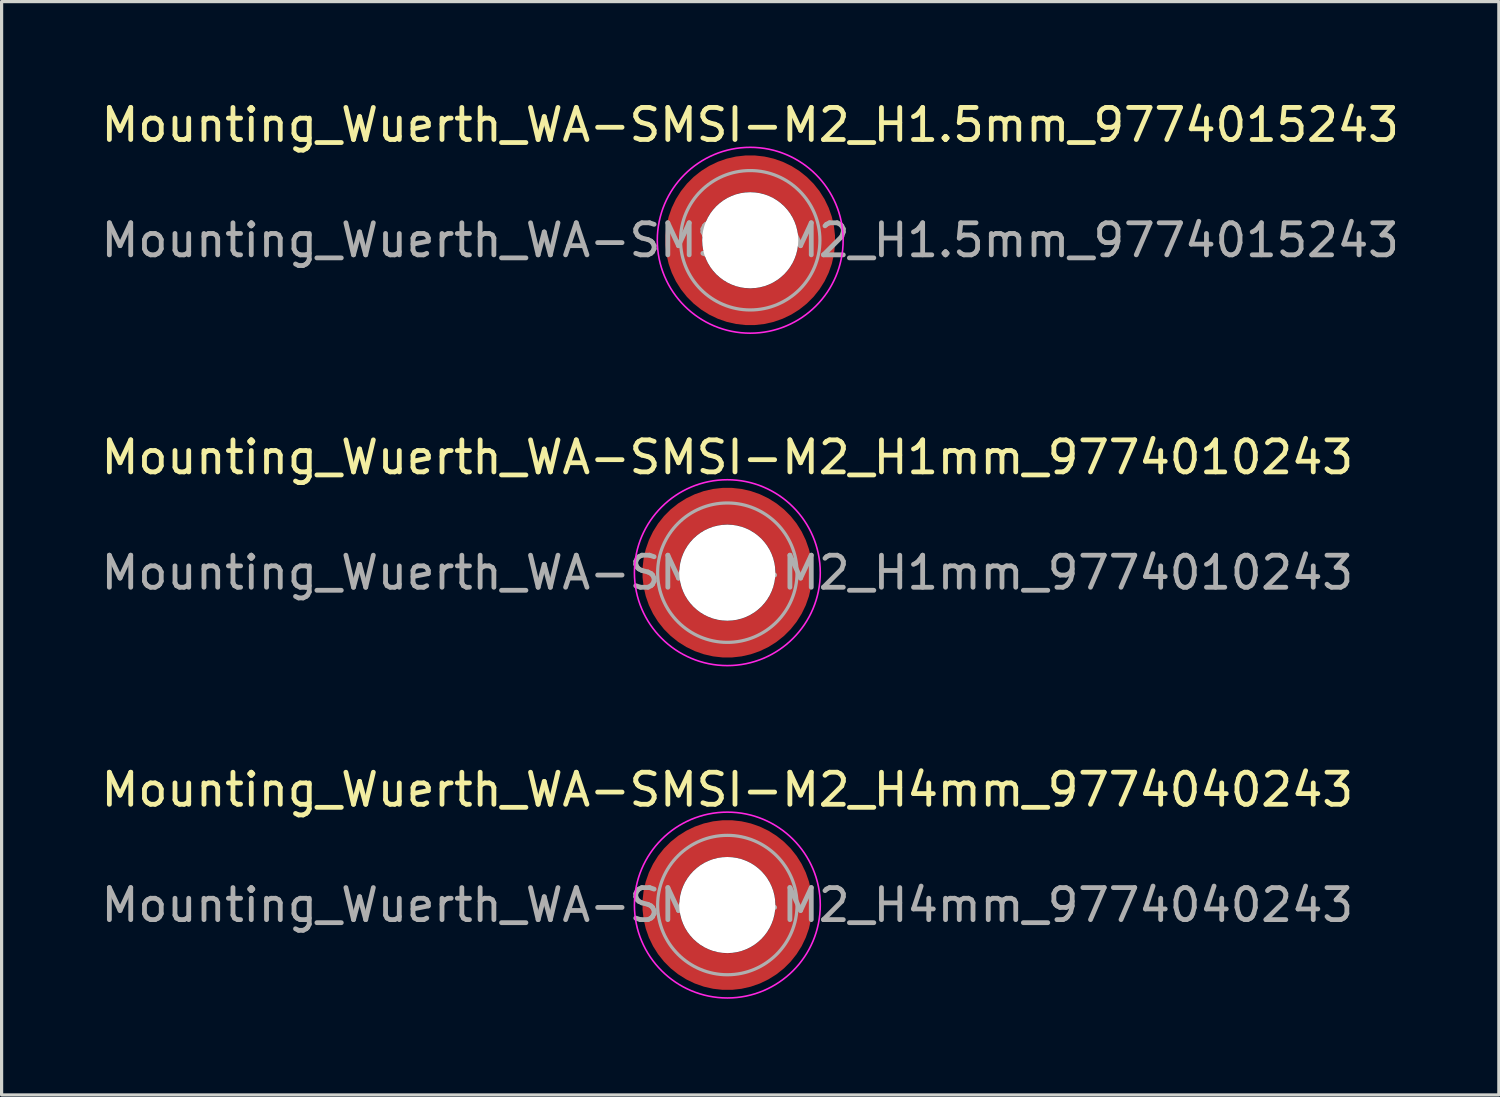
<source format=kicad_pcb>
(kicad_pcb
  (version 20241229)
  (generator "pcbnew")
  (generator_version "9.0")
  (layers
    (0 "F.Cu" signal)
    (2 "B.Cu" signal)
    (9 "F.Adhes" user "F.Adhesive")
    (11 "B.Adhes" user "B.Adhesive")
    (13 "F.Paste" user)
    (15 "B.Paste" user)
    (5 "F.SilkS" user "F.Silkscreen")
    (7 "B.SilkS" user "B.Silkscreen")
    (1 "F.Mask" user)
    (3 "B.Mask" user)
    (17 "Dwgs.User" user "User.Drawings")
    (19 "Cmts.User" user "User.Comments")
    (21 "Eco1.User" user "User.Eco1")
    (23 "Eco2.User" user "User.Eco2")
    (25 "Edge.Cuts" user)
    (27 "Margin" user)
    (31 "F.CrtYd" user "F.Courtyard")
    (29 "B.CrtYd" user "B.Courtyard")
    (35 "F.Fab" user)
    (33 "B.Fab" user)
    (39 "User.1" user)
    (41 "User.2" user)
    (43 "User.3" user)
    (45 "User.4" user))
  (footprint "Mounting_Wuerth_WA-SMSI-M2_H4mm_9774040243"
    (layer "F.Cu")
    (at 19.649 25.195)
    (property "Reference" "Mounting_Wuerth_WA-SMSI-M2_H4mm_9774040243" (at 0 -3.6 0) (layer "F.SilkS") (effects (font (size 1 1) (thickness 0.15))))
    (attr smd allow_soldermask_bridges)
    (fp_circle (center 0 0) (end 2.9 0) (stroke (width 0.05) (type solid)) (fill no) (layer "F.CrtYd"))
    (fp_circle (center 0 0) (end 2.175 0) (stroke (width 0.1) (type solid)) (fill no) (layer "F.Fab"))
    (fp_text user "${REFERENCE}" (at 0 0 0) (layer "F.Fab") (effects (font (size 1 1) (thickness 0.15))))
    (pad "" smd custom (at -1.453 -1.453) (size 0.505 0.505) (layers "F.Paste") (options (anchor circle)) (primitives (gr_arc (start -0.147677 1.053104) (mid 0.286378 0.286378) (end 1.053104 -0.147677) (width 0.2)) (gr_arc (start -0.240295 1.053104) (mid 0.222739 0.222739) (end 1.053104 -0.240295) (width 0.2)) (gr_arc (start -0.332645 1.053104) (mid 0.159099 0.159099) (end 1.053104 -0.332645) (width 0.2)) (gr_arc (start -0.424767 1.053104) (mid 0.095459 0.095459) (end 1.053104 -0.424767) (width 0.2)) (gr_arc (start -0.516693 1.053104) (mid 0.03182 0.03182) (end 1.053104 -0.516693) (width 0.2)) (gr_arc (start -0.608448 1.053104) (mid -0.03182 -0.03182) (end 1.053104 -0.608448) (width 0.2)) (gr_arc (start -0.700056 1.053104) (mid -0.095459 -0.095459) (end 1.053104 -0.700056) (width 0.2)) (gr_arc (start -0.791534 1.053104) (mid -0.159099 -0.159099) (end 1.053104 -0.791534) (width 0.2)) (gr_arc (start -0.882896 1.053104) (mid -0.222739 -0.222739) (end 1.053104 -0.882896) (width 0.2)) (gr_arc (start -0.974157 1.053104) (mid -0.286378 -0.286378) (end 1.053104 -0.974157) (width 0.2)) (gr_line (start 1.053 -0.148) (end 1.053 -0.974) (width 0.2)) (gr_line (start -0.148 1.053) (end -0.974 1.053) (width 0.2))))
    (pad "" smd custom (at -1.453 1.453) (size 0.505 0.505) (layers "F.Paste") (options (anchor circle)) (primitives (gr_arc (start 1.053104 0.147677) (mid 0.286378 -0.286378) (end -0.147677 -1.053104) (width 0.2)) (gr_arc (start 1.053104 0.240295) (mid 0.222739 -0.222739) (end -0.240295 -1.053104) (width 0.2)) (gr_arc (start 1.053104 0.332645) (mid 0.159099 -0.159099) (end -0.332645 -1.053104) (width 0.2)) (gr_arc (start 1.053104 0.424767) (mid 0.095459 -0.095459) (end -0.424767 -1.053104) (width 0.2)) (gr_arc (start 1.053104 0.516693) (mid 0.03182 -0.03182) (end -0.516693 -1.053104) (width 0.2)) (gr_arc (start 1.053104 0.608448) (mid -0.03182 0.03182) (end -0.608448 -1.053104) (width 0.2)) (gr_arc (start 1.053104 0.700056) (mid -0.095459 0.095459) (end -0.700056 -1.053104) (width 0.2)) (gr_arc (start 1.053104 0.791534) (mid -0.159099 0.159099) (end -0.791534 -1.053104) (width 0.2)) (gr_arc (start 1.053104 0.882896) (mid -0.222739 0.222739) (end -0.882896 -1.053104) (width 0.2)) (gr_arc (start 1.053104 0.974157) (mid -0.286378 0.286378) (end -0.974157 -1.053104) (width 0.2)) (gr_line (start -0.148 -1.053) (end -0.974 -1.053) (width 0.2)) (gr_line (start 1.053 0.148) (end 1.053 0.974) (width 0.2))))
    (pad "" np_thru_hole circle (at 0 0) (size 3 3) (drill 3) (layers "*.Cu" "*.Mask"))
    (pad "" smd custom (at 1.453 -1.453) (size 0.505 0.505) (layers "F.Paste") (options (anchor circle)) (primitives (gr_arc (start -1.053104 -0.147677) (mid -0.286378 0.286378) (end 0.147677 1.053104) (width 0.2)) (gr_arc (start -1.053104 -0.240295) (mid -0.222739 0.222739) (end 0.240295 1.053104) (width 0.2)) (gr_arc (start -1.053104 -0.332645) (mid -0.159099 0.159099) (end 0.332645 1.053104) (width 0.2)) (gr_arc (start -1.053104 -0.424767) (mid -0.095459 0.095459) (end 0.424767 1.053104) (width 0.2)) (gr_arc (start -1.053104 -0.516693) (mid -0.03182 0.03182) (end 0.516693 1.053104) (width 0.2)) (gr_arc (start -1.053104 -0.608448) (mid 0.03182 -0.03182) (end 0.608448 1.053104) (width 0.2)) (gr_arc (start -1.053104 -0.700056) (mid 0.095459 -0.095459) (end 0.700056 1.053104) (width 0.2)) (gr_arc (start -1.053104 -0.791534) (mid 0.159099 -0.159099) (end 0.791534 1.053104) (width 0.2)) (gr_arc (start -1.053104 -0.882896) (mid 0.222739 -0.222739) (end 0.882896 1.053104) (width 0.2)) (gr_arc (start -1.053104 -0.974157) (mid 0.286378 -0.286378) (end 0.974157 1.053104) (width 0.2)) (gr_line (start 0.148 1.053) (end 0.974 1.053) (width 0.2)) (gr_line (start -1.053 -0.148) (end -1.053 -0.974) (width 0.2))))
    (pad "" smd custom (at 1.453 1.453) (size 0.505 0.505) (layers "F.Paste") (options (anchor circle)) (primitives (gr_arc (start 0.147677 -1.053104) (mid -0.286378 -0.286378) (end -1.053104 0.147677) (width 0.2)) (gr_arc (start 0.240295 -1.053104) (mid -0.222739 -0.222739) (end -1.053104 0.240295) (width 0.2)) (gr_arc (start 0.332645 -1.053104) (mid -0.159099 -0.159099) (end -1.053104 0.332645) (width 0.2)) (gr_arc (start 0.424767 -1.053104) (mid -0.095459 -0.095459) (end -1.053104 0.424767) (width 0.2)) (gr_arc (start 0.516693 -1.053104) (mid -0.03182 -0.03182) (end -1.053104 0.516693) (width 0.2)) (gr_arc (start 0.608448 -1.053104) (mid 0.03182 0.03182) (end -1.053104 0.608448) (width 0.2)) (gr_arc (start 0.700056 -1.053104) (mid 0.095459 0.095459) (end -1.053104 0.700056) (width 0.2)) (gr_arc (start 0.791534 -1.053104) (mid 0.159099 0.159099) (end -1.053104 0.791534) (width 0.2)) (gr_arc (start 0.882896 -1.053104) (mid 0.222739 0.222739) (end -1.053104 0.882896) (width 0.2)) (gr_arc (start 0.974157 -1.053104) (mid 0.286378 0.286378) (end -1.053104 0.974157) (width 0.2)) (gr_line (start -1.053 0.148) (end -1.053 0.974) (width 0.2)) (gr_line (start 0.148 -1.053) (end 0.974 -1.053) (width 0.2))))
    (pad "1" smd circle (at -2.075 0) (size 0.642 0.642) (layers "F.Cu"))
    (pad "1" smd circle (at 0 -2.075) (size 0.642 0.642) (layers "F.Cu"))
    (pad "1" smd circle (at 0 2.075) (size 0.642 0.642) (layers "F.Cu"))
    (pad "1" smd custom (at 2.075 0) (size 1.15 1.15) (layers "F.Cu" "F.Mask") (options (anchor circle)) (primitives (gr_circle (center -2.075 0) (end 0 0) (width 1.15) (fill no)))))
  (footprint "Mounting_Wuerth_WA-SMSI-M2_H1.5mm_9774015243"
    (layer "F.Cu")
    (at 20.363 4.448)
    (property "Reference" "Mounting_Wuerth_WA-SMSI-M2_H1.5mm_9774015243" (at 0 -3.6 0) (layer "F.SilkS") (effects (font (size 1 1) (thickness 0.15))))
    (attr smd allow_soldermask_bridges)
    (fp_circle (center 0 0) (end 2.9 0) (stroke (width 0.05) (type solid)) (fill no) (layer "F.CrtYd"))
    (fp_circle (center 0 0) (end 2.175 0) (stroke (width 0.1) (type solid)) (fill no) (layer "F.Fab"))
    (fp_text user "${REFERENCE}" (at 0 0 0) (layer "F.Fab") (effects (font (size 1 1) (thickness 0.15))))
    (pad "" smd custom (at -1.453 -1.453) (size 0.505 0.505) (layers "F.Paste") (options (anchor circle)) (primitives (gr_arc (start -0.147677 1.053104) (mid 0.286378 0.286378) (end 1.053104 -0.147677) (width 0.2)) (gr_arc (start -0.240295 1.053104) (mid 0.222739 0.222739) (end 1.053104 -0.240295) (width 0.2)) (gr_arc (start -0.332645 1.053104) (mid 0.159099 0.159099) (end 1.053104 -0.332645) (width 0.2)) (gr_arc (start -0.424767 1.053104) (mid 0.095459 0.095459) (end 1.053104 -0.424767) (width 0.2)) (gr_arc (start -0.516693 1.053104) (mid 0.03182 0.03182) (end 1.053104 -0.516693) (width 0.2)) (gr_arc (start -0.608448 1.053104) (mid -0.03182 -0.03182) (end 1.053104 -0.608448) (width 0.2)) (gr_arc (start -0.700056 1.053104) (mid -0.095459 -0.095459) (end 1.053104 -0.700056) (width 0.2)) (gr_arc (start -0.791534 1.053104) (mid -0.159099 -0.159099) (end 1.053104 -0.791534) (width 0.2)) (gr_arc (start -0.882896 1.053104) (mid -0.222739 -0.222739) (end 1.053104 -0.882896) (width 0.2)) (gr_arc (start -0.974157 1.053104) (mid -0.286378 -0.286378) (end 1.053104 -0.974157) (width 0.2)) (gr_line (start 1.053 -0.148) (end 1.053 -0.974) (width 0.2)) (gr_line (start -0.148 1.053) (end -0.974 1.053) (width 0.2))))
    (pad "" smd custom (at -1.453 1.453) (size 0.505 0.505) (layers "F.Paste") (options (anchor circle)) (primitives (gr_arc (start 1.053104 0.147677) (mid 0.286378 -0.286378) (end -0.147677 -1.053104) (width 0.2)) (gr_arc (start 1.053104 0.240295) (mid 0.222739 -0.222739) (end -0.240295 -1.053104) (width 0.2)) (gr_arc (start 1.053104 0.332645) (mid 0.159099 -0.159099) (end -0.332645 -1.053104) (width 0.2)) (gr_arc (start 1.053104 0.424767) (mid 0.095459 -0.095459) (end -0.424767 -1.053104) (width 0.2)) (gr_arc (start 1.053104 0.516693) (mid 0.03182 -0.03182) (end -0.516693 -1.053104) (width 0.2)) (gr_arc (start 1.053104 0.608448) (mid -0.03182 0.03182) (end -0.608448 -1.053104) (width 0.2)) (gr_arc (start 1.053104 0.700056) (mid -0.095459 0.095459) (end -0.700056 -1.053104) (width 0.2)) (gr_arc (start 1.053104 0.791534) (mid -0.159099 0.159099) (end -0.791534 -1.053104) (width 0.2)) (gr_arc (start 1.053104 0.882896) (mid -0.222739 0.222739) (end -0.882896 -1.053104) (width 0.2)) (gr_arc (start 1.053104 0.974157) (mid -0.286378 0.286378) (end -0.974157 -1.053104) (width 0.2)) (gr_line (start -0.148 -1.053) (end -0.974 -1.053) (width 0.2)) (gr_line (start 1.053 0.148) (end 1.053 0.974) (width 0.2))))
    (pad "" np_thru_hole circle (at 0 0) (size 3 3) (drill 3) (layers "*.Cu" "*.Mask"))
    (pad "" smd custom (at 1.453 -1.453) (size 0.505 0.505) (layers "F.Paste") (options (anchor circle)) (primitives (gr_arc (start -1.053104 -0.147677) (mid -0.286378 0.286378) (end 0.147677 1.053104) (width 0.2)) (gr_arc (start -1.053104 -0.240295) (mid -0.222739 0.222739) (end 0.240295 1.053104) (width 0.2)) (gr_arc (start -1.053104 -0.332645) (mid -0.159099 0.159099) (end 0.332645 1.053104) (width 0.2)) (gr_arc (start -1.053104 -0.424767) (mid -0.095459 0.095459) (end 0.424767 1.053104) (width 0.2)) (gr_arc (start -1.053104 -0.516693) (mid -0.03182 0.03182) (end 0.516693 1.053104) (width 0.2)) (gr_arc (start -1.053104 -0.608448) (mid 0.03182 -0.03182) (end 0.608448 1.053104) (width 0.2)) (gr_arc (start -1.053104 -0.700056) (mid 0.095459 -0.095459) (end 0.700056 1.053104) (width 0.2)) (gr_arc (start -1.053104 -0.791534) (mid 0.159099 -0.159099) (end 0.791534 1.053104) (width 0.2)) (gr_arc (start -1.053104 -0.882896) (mid 0.222739 -0.222739) (end 0.882896 1.053104) (width 0.2)) (gr_arc (start -1.053104 -0.974157) (mid 0.286378 -0.286378) (end 0.974157 1.053104) (width 0.2)) (gr_line (start 0.148 1.053) (end 0.974 1.053) (width 0.2)) (gr_line (start -1.053 -0.148) (end -1.053 -0.974) (width 0.2))))
    (pad "" smd custom (at 1.453 1.453) (size 0.505 0.505) (layers "F.Paste") (options (anchor circle)) (primitives (gr_arc (start 0.147677 -1.053104) (mid -0.286378 -0.286378) (end -1.053104 0.147677) (width 0.2)) (gr_arc (start 0.240295 -1.053104) (mid -0.222739 -0.222739) (end -1.053104 0.240295) (width 0.2)) (gr_arc (start 0.332645 -1.053104) (mid -0.159099 -0.159099) (end -1.053104 0.332645) (width 0.2)) (gr_arc (start 0.424767 -1.053104) (mid -0.095459 -0.095459) (end -1.053104 0.424767) (width 0.2)) (gr_arc (start 0.516693 -1.053104) (mid -0.03182 -0.03182) (end -1.053104 0.516693) (width 0.2)) (gr_arc (start 0.608448 -1.053104) (mid 0.03182 0.03182) (end -1.053104 0.608448) (width 0.2)) (gr_arc (start 0.700056 -1.053104) (mid 0.095459 0.095459) (end -1.053104 0.700056) (width 0.2)) (gr_arc (start 0.791534 -1.053104) (mid 0.159099 0.159099) (end -1.053104 0.791534) (width 0.2)) (gr_arc (start 0.882896 -1.053104) (mid 0.222739 0.222739) (end -1.053104 0.882896) (width 0.2)) (gr_arc (start 0.974157 -1.053104) (mid 0.286378 0.286378) (end -1.053104 0.974157) (width 0.2)) (gr_line (start -1.053 0.148) (end -1.053 0.974) (width 0.2)) (gr_line (start 0.148 -1.053) (end 0.974 -1.053) (width 0.2))))
    (pad "1" smd circle (at -2.075 0) (size 0.642 0.642) (layers "F.Cu"))
    (pad "1" smd circle (at 0 -2.075) (size 0.642 0.642) (layers "F.Cu"))
    (pad "1" smd circle (at 0 2.075) (size 0.642 0.642) (layers "F.Cu"))
    (pad "1" smd custom (at 2.075 0) (size 1.15 1.15) (layers "F.Cu" "F.Mask") (options (anchor circle)) (primitives (gr_circle (center -2.075 0) (end 0 0) (width 1.15) (fill no)))))
  (footprint "Mounting_Wuerth_WA-SMSI-M2_H1mm_9774010243"
    (layer "F.Cu")
    (at 19.649 14.822)
    (property "Reference" "Mounting_Wuerth_WA-SMSI-M2_H1mm_9774010243" (at 0 -3.6 0) (layer "F.SilkS") (effects (font (size 1 1) (thickness 0.15))))
    (attr smd allow_soldermask_bridges)
    (fp_circle (center 0 0) (end 2.9 0) (stroke (width 0.05) (type solid)) (fill no) (layer "F.CrtYd"))
    (fp_circle (center 0 0) (end 2.175 0) (stroke (width 0.1) (type solid)) (fill no) (layer "F.Fab"))
    (fp_text user "${REFERENCE}" (at 0 0 0) (layer "F.Fab") (effects (font (size 1 1) (thickness 0.15))))
    (pad "" smd custom (at -1.453 -1.453) (size 0.505 0.505) (layers "F.Paste") (options (anchor circle)) (primitives (gr_arc (start -0.147677 1.053104) (mid 0.286378 0.286378) (end 1.053104 -0.147677) (width 0.2)) (gr_arc (start -0.240295 1.053104) (mid 0.222739 0.222739) (end 1.053104 -0.240295) (width 0.2)) (gr_arc (start -0.332645 1.053104) (mid 0.159099 0.159099) (end 1.053104 -0.332645) (width 0.2)) (gr_arc (start -0.424767 1.053104) (mid 0.095459 0.095459) (end 1.053104 -0.424767) (width 0.2)) (gr_arc (start -0.516693 1.053104) (mid 0.03182 0.03182) (end 1.053104 -0.516693) (width 0.2)) (gr_arc (start -0.608448 1.053104) (mid -0.03182 -0.03182) (end 1.053104 -0.608448) (width 0.2)) (gr_arc (start -0.700056 1.053104) (mid -0.095459 -0.095459) (end 1.053104 -0.700056) (width 0.2)) (gr_arc (start -0.791534 1.053104) (mid -0.159099 -0.159099) (end 1.053104 -0.791534) (width 0.2)) (gr_arc (start -0.882896 1.053104) (mid -0.222739 -0.222739) (end 1.053104 -0.882896) (width 0.2)) (gr_arc (start -0.974157 1.053104) (mid -0.286378 -0.286378) (end 1.053104 -0.974157) (width 0.2)) (gr_line (start 1.053 -0.148) (end 1.053 -0.974) (width 0.2)) (gr_line (start -0.148 1.053) (end -0.974 1.053) (width 0.2))))
    (pad "" smd custom (at -1.453 1.453) (size 0.505 0.505) (layers "F.Paste") (options (anchor circle)) (primitives (gr_arc (start 1.053104 0.147677) (mid 0.286378 -0.286378) (end -0.147677 -1.053104) (width 0.2)) (gr_arc (start 1.053104 0.240295) (mid 0.222739 -0.222739) (end -0.240295 -1.053104) (width 0.2)) (gr_arc (start 1.053104 0.332645) (mid 0.159099 -0.159099) (end -0.332645 -1.053104) (width 0.2)) (gr_arc (start 1.053104 0.424767) (mid 0.095459 -0.095459) (end -0.424767 -1.053104) (width 0.2)) (gr_arc (start 1.053104 0.516693) (mid 0.03182 -0.03182) (end -0.516693 -1.053104) (width 0.2)) (gr_arc (start 1.053104 0.608448) (mid -0.03182 0.03182) (end -0.608448 -1.053104) (width 0.2)) (gr_arc (start 1.053104 0.700056) (mid -0.095459 0.095459) (end -0.700056 -1.053104) (width 0.2)) (gr_arc (start 1.053104 0.791534) (mid -0.159099 0.159099) (end -0.791534 -1.053104) (width 0.2)) (gr_arc (start 1.053104 0.882896) (mid -0.222739 0.222739) (end -0.882896 -1.053104) (width 0.2)) (gr_arc (start 1.053104 0.974157) (mid -0.286378 0.286378) (end -0.974157 -1.053104) (width 0.2)) (gr_line (start -0.148 -1.053) (end -0.974 -1.053) (width 0.2)) (gr_line (start 1.053 0.148) (end 1.053 0.974) (width 0.2))))
    (pad "" np_thru_hole circle (at 0 0) (size 3 3) (drill 3) (layers "*.Cu" "*.Mask"))
    (pad "" smd custom (at 1.453 -1.453) (size 0.505 0.505) (layers "F.Paste") (options (anchor circle)) (primitives (gr_arc (start -1.053104 -0.147677) (mid -0.286378 0.286378) (end 0.147677 1.053104) (width 0.2)) (gr_arc (start -1.053104 -0.240295) (mid -0.222739 0.222739) (end 0.240295 1.053104) (width 0.2)) (gr_arc (start -1.053104 -0.332645) (mid -0.159099 0.159099) (end 0.332645 1.053104) (width 0.2)) (gr_arc (start -1.053104 -0.424767) (mid -0.095459 0.095459) (end 0.424767 1.053104) (width 0.2)) (gr_arc (start -1.053104 -0.516693) (mid -0.03182 0.03182) (end 0.516693 1.053104) (width 0.2)) (gr_arc (start -1.053104 -0.608448) (mid 0.03182 -0.03182) (end 0.608448 1.053104) (width 0.2)) (gr_arc (start -1.053104 -0.700056) (mid 0.095459 -0.095459) (end 0.700056 1.053104) (width 0.2)) (gr_arc (start -1.053104 -0.791534) (mid 0.159099 -0.159099) (end 0.791534 1.053104) (width 0.2)) (gr_arc (start -1.053104 -0.882896) (mid 0.222739 -0.222739) (end 0.882896 1.053104) (width 0.2)) (gr_arc (start -1.053104 -0.974157) (mid 0.286378 -0.286378) (end 0.974157 1.053104) (width 0.2)) (gr_line (start 0.148 1.053) (end 0.974 1.053) (width 0.2)) (gr_line (start -1.053 -0.148) (end -1.053 -0.974) (width 0.2))))
    (pad "" smd custom (at 1.453 1.453) (size 0.505 0.505) (layers "F.Paste") (options (anchor circle)) (primitives (gr_arc (start 0.147677 -1.053104) (mid -0.286378 -0.286378) (end -1.053104 0.147677) (width 0.2)) (gr_arc (start 0.240295 -1.053104) (mid -0.222739 -0.222739) (end -1.053104 0.240295) (width 0.2)) (gr_arc (start 0.332645 -1.053104) (mid -0.159099 -0.159099) (end -1.053104 0.332645) (width 0.2)) (gr_arc (start 0.424767 -1.053104) (mid -0.095459 -0.095459) (end -1.053104 0.424767) (width 0.2)) (gr_arc (start 0.516693 -1.053104) (mid -0.03182 -0.03182) (end -1.053104 0.516693) (width 0.2)) (gr_arc (start 0.608448 -1.053104) (mid 0.03182 0.03182) (end -1.053104 0.608448) (width 0.2)) (gr_arc (start 0.700056 -1.053104) (mid 0.095459 0.095459) (end -1.053104 0.700056) (width 0.2)) (gr_arc (start 0.791534 -1.053104) (mid 0.159099 0.159099) (end -1.053104 0.791534) (width 0.2)) (gr_arc (start 0.882896 -1.053104) (mid 0.222739 0.222739) (end -1.053104 0.882896) (width 0.2)) (gr_arc (start 0.974157 -1.053104) (mid 0.286378 0.286378) (end -1.053104 0.974157) (width 0.2)) (gr_line (start -1.053 0.148) (end -1.053 0.974) (width 0.2)) (gr_line (start 0.148 -1.053) (end 0.974 -1.053) (width 0.2))))
    (pad "1" smd circle (at -2.075 0) (size 0.642 0.642) (layers "F.Cu"))
    (pad "1" smd circle (at 0 -2.075) (size 0.642 0.642) (layers "F.Cu"))
    (pad "1" smd circle (at 0 2.075) (size 0.642 0.642) (layers "F.Cu"))
    (pad "1" smd custom (at 2.075 0) (size 1.15 1.15) (layers "F.Cu" "F.Mask") (options (anchor circle)) (primitives (gr_circle (center -2.075 0) (end 0 0) (width 1.15) (fill no)))))
  (gr_rect
    (start -3 -3)
    (end 43.726 31.12)
    (stroke (width 0.1) (type default))
    (fill no)
    (layer "Edge.Cuts")))
</source>
